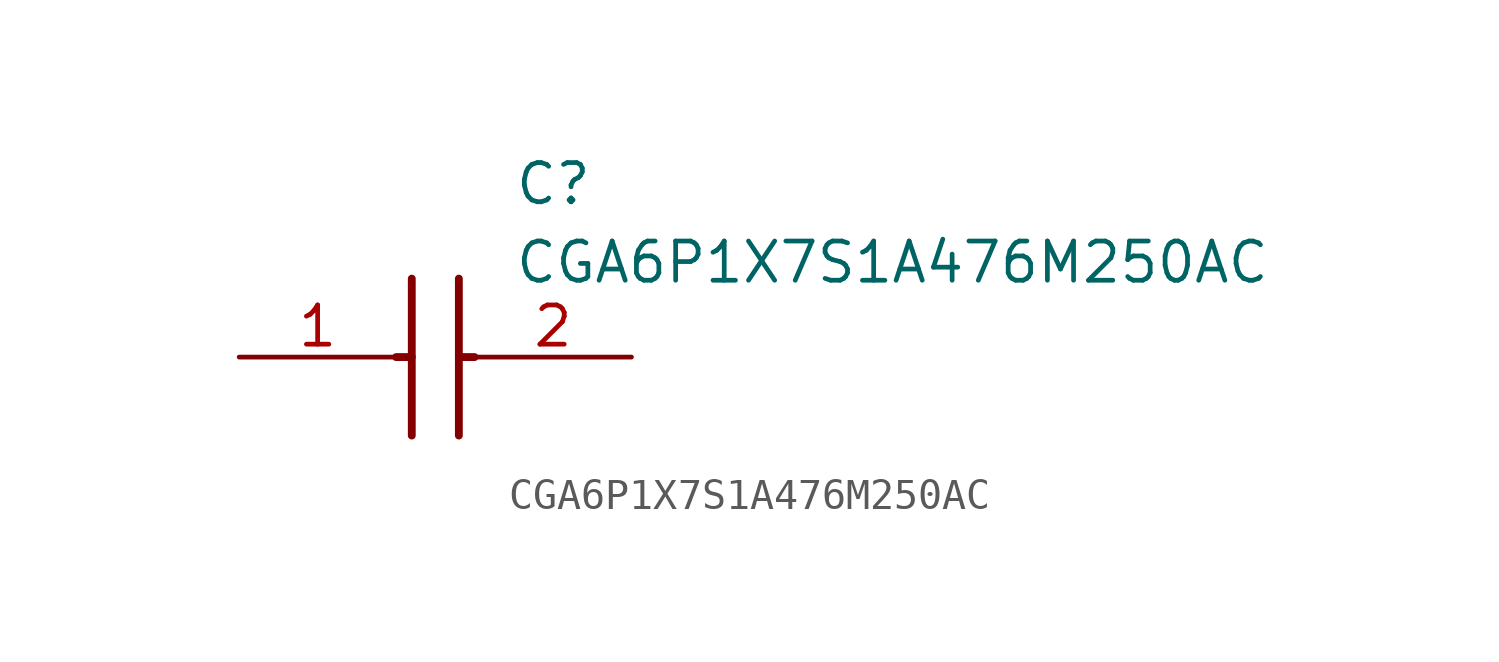
<source format=kicad_sym>
(kicad_symbol_lib
  (version 20211014)
  (generator SamacSys_ECAD_Model)
  (symbol "CGA6P1X7S1A476M250AC"
    (pin_names hide)
    (property "Reference" "C"
      (at 8.89 6.35 0)
      (effects (font (size 1.27 1.27)) (justify left top)))
    (property "Value" "CGA6P1X7S1A476M250AC"
      (at 8.89 3.81 0)
      (effects (font (size 1.27 1.27)) (justify left top)))
    (polyline
      (pts (xy 5.588 2.54) (xy 5.588 -2.54))
      (stroke (width 0.254) (type default))
      (fill (type none)))
    (polyline
      (pts (xy 7.112 2.54) (xy 7.112 -2.54))
      (stroke (width 0.254) (type default))
      (fill (type none)))
    (polyline
      (pts (xy 5.08 0) (xy 5.588 0))
      (stroke (width 0.254) (type default))
      (fill (type none)))
    (polyline
      (pts (xy 7.112 0) (xy 7.62 0))
      (stroke (width 0.254) (type default))
      (fill (type none)))
    (pin passive line
      (at 0 0 0)
      (length 5.08)
      (name "1" (effects (font (size 1.27 1.27))))
      (number "1" (effects (font (size 1.27 1.27)))))
    (pin passive line
      (at 12.7 0 180)
      (length 5.08)
      (name "2" (effects (font (size 1.27 1.27))))
      (number "2" (effects (font (size 1.27 1.27)))))))
</source>
